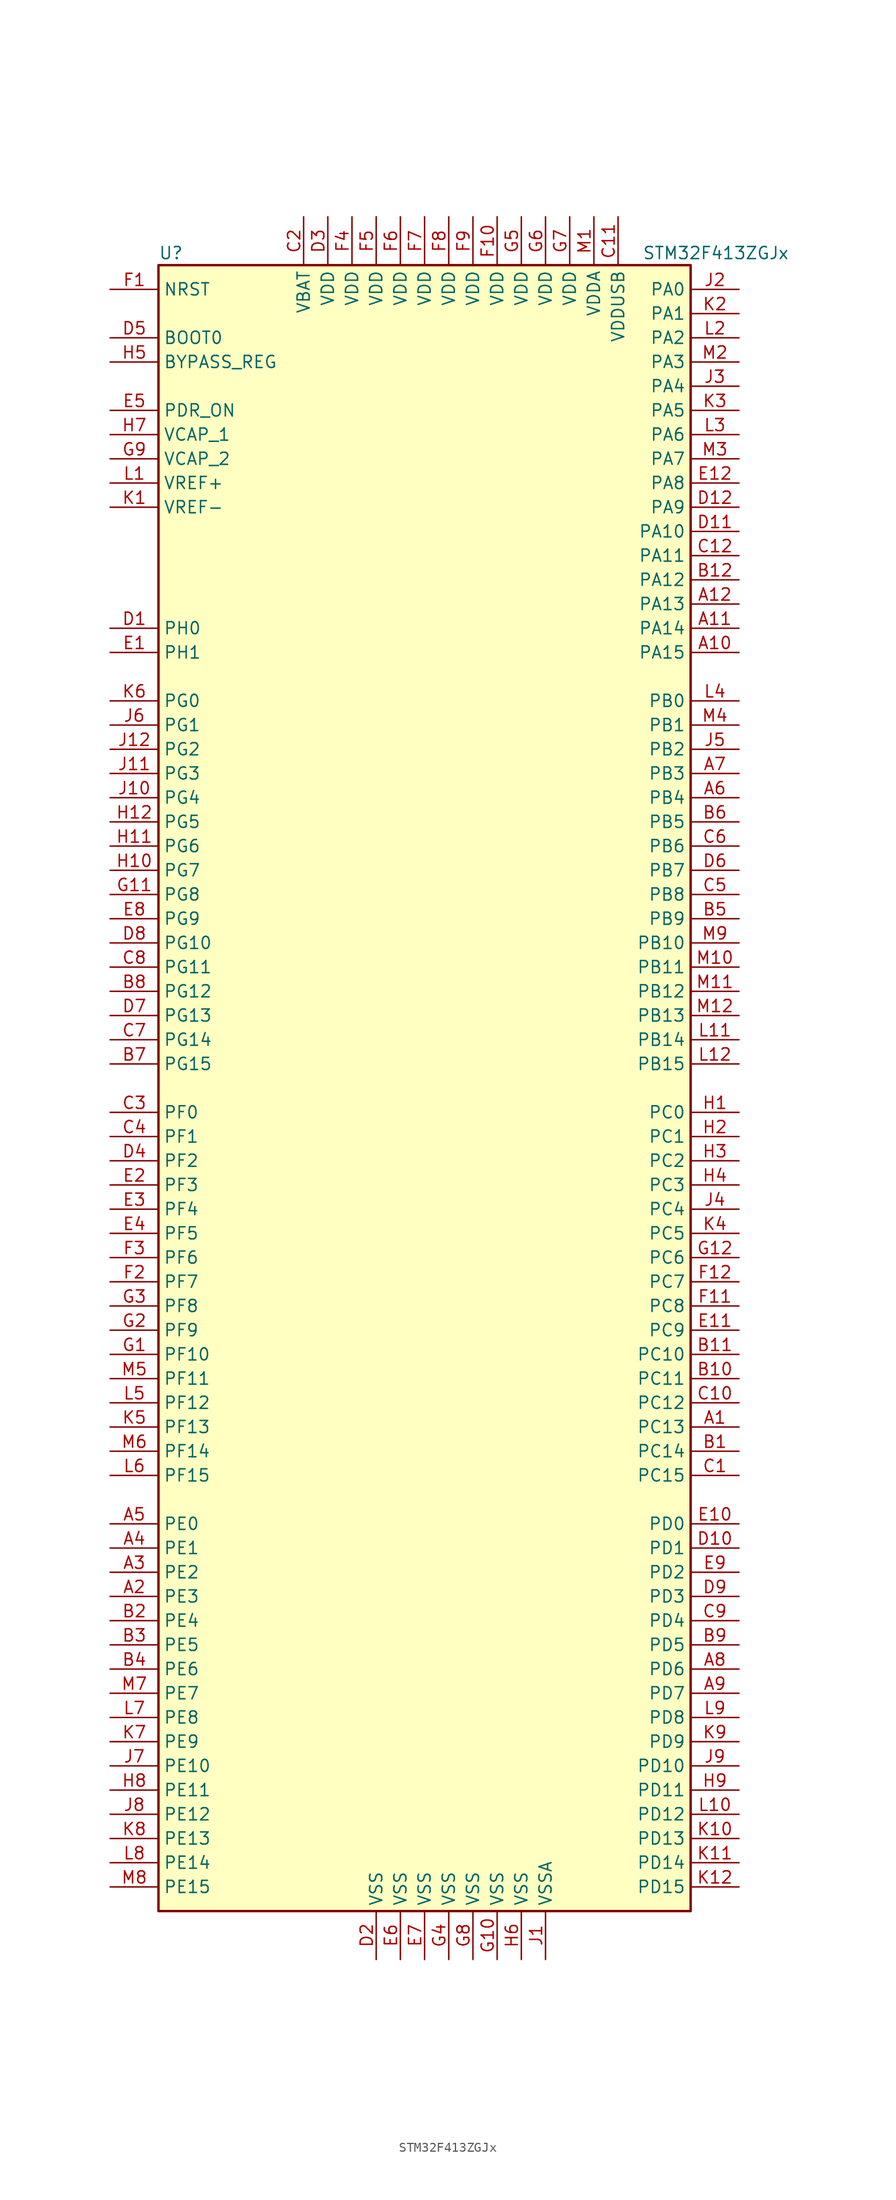
<source format=kicad_sym>
(kicad_symbol_lib
  (version 20201005)
  (generator kicad_symbol_editor)
  (symbol "MCU_ST_STM32F4:STM32F413ZGJx"
    (property "Reference" "U"
      (at -27.94 87.63 0)
      (effects (font (size 1.27 1.27)) (justify left)))
    (property "Value" "STM32F413ZGJx"
      (at 22.86 87.63 0)
      (effects (font (size 1.27 1.27)) (justify left)))
    (symbol "STM32F413ZGJx_0_1"
      (rectangle (start -27.94 -86.36) (end 27.94 86.36) (stroke (width 0.254)) (fill (type background))))
    (symbol "STM32F413ZGJx_1_1"
      (pin input line (at -33.02 78.74 0) (length 5.08) (name "BOOT0" (effects (font (size 1.27 1.27)))) (number "D5" (effects (font (size 1.27 1.27)))))
      (pin input line (at -33.02 76.2 0) (length 5.08) (name "BYPASS_REG" (effects (font (size 1.27 1.27)))) (number "H5" (effects (font (size 1.27 1.27)))))
      (pin input line (at -33.02 83.82 0) (length 5.08) (name "NRST" (effects (font (size 1.27 1.27)))) (number "F1" (effects (font (size 1.27 1.27)))))
      (pin bidirectional line (at 33.02 83.82 180) (length 5.08) (name "PA0" (effects (font (size 1.27 1.27)))) (number "J2" (effects (font (size 1.27 1.27)))))
      (pin bidirectional line (at 33.02 81.28 180) (length 5.08) (name "PA1" (effects (font (size 1.27 1.27)))) (number "K2" (effects (font (size 1.27 1.27)))))
      (pin bidirectional line (at 33.02 58.42 180) (length 5.08) (name "PA10" (effects (font (size 1.27 1.27)))) (number "D11" (effects (font (size 1.27 1.27)))))
      (pin bidirectional line (at 33.02 55.88 180) (length 5.08) (name "PA11" (effects (font (size 1.27 1.27)))) (number "C12" (effects (font (size 1.27 1.27)))))
      (pin bidirectional line (at 33.02 53.34 180) (length 5.08) (name "PA12" (effects (font (size 1.27 1.27)))) (number "B12" (effects (font (size 1.27 1.27)))))
      (pin bidirectional line (at 33.02 50.8 180) (length 5.08) (name "PA13" (effects (font (size 1.27 1.27)))) (number "A12" (effects (font (size 1.27 1.27)))))
      (pin bidirectional line (at 33.02 48.26 180) (length 5.08) (name "PA14" (effects (font (size 1.27 1.27)))) (number "A11" (effects (font (size 1.27 1.27)))))
      (pin bidirectional line (at 33.02 45.72 180) (length 5.08) (name "PA15" (effects (font (size 1.27 1.27)))) (number "A10" (effects (font (size 1.27 1.27)))))
      (pin bidirectional line (at 33.02 78.74 180) (length 5.08) (name "PA2" (effects (font (size 1.27 1.27)))) (number "L2" (effects (font (size 1.27 1.27)))))
      (pin bidirectional line (at 33.02 76.2 180) (length 5.08) (name "PA3" (effects (font (size 1.27 1.27)))) (number "M2" (effects (font (size 1.27 1.27)))))
      (pin bidirectional line (at 33.02 73.66 180) (length 5.08) (name "PA4" (effects (font (size 1.27 1.27)))) (number "J3" (effects (font (size 1.27 1.27)))))
      (pin bidirectional line (at 33.02 71.12 180) (length 5.08) (name "PA5" (effects (font (size 1.27 1.27)))) (number "K3" (effects (font (size 1.27 1.27)))))
      (pin bidirectional line (at 33.02 68.58 180) (length 5.08) (name "PA6" (effects (font (size 1.27 1.27)))) (number "L3" (effects (font (size 1.27 1.27)))))
      (pin bidirectional line (at 33.02 66.04 180) (length 5.08) (name "PA7" (effects (font (size 1.27 1.27)))) (number "M3" (effects (font (size 1.27 1.27)))))
      (pin bidirectional line (at 33.02 63.5 180) (length 5.08) (name "PA8" (effects (font (size 1.27 1.27)))) (number "E12" (effects (font (size 1.27 1.27)))))
      (pin bidirectional line (at 33.02 60.96 180) (length 5.08) (name "PA9" (effects (font (size 1.27 1.27)))) (number "D12" (effects (font (size 1.27 1.27)))))
      (pin bidirectional line (at 33.02 40.64 180) (length 5.08) (name "PB0" (effects (font (size 1.27 1.27)))) (number "L4" (effects (font (size 1.27 1.27)))))
      (pin bidirectional line (at 33.02 38.1 180) (length 5.08) (name "PB1" (effects (font (size 1.27 1.27)))) (number "M4" (effects (font (size 1.27 1.27)))))
      (pin bidirectional line (at 33.02 15.24 180) (length 5.08) (name "PB10" (effects (font (size 1.27 1.27)))) (number "M9" (effects (font (size 1.27 1.27)))))
      (pin bidirectional line (at 33.02 12.7 180) (length 5.08) (name "PB11" (effects (font (size 1.27 1.27)))) (number "M10" (effects (font (size 1.27 1.27)))))
      (pin bidirectional line (at 33.02 10.16 180) (length 5.08) (name "PB12" (effects (font (size 1.27 1.27)))) (number "M11" (effects (font (size 1.27 1.27)))))
      (pin bidirectional line (at 33.02 7.62 180) (length 5.08) (name "PB13" (effects (font (size 1.27 1.27)))) (number "M12" (effects (font (size 1.27 1.27)))))
      (pin bidirectional line (at 33.02 5.08 180) (length 5.08) (name "PB14" (effects (font (size 1.27 1.27)))) (number "L11" (effects (font (size 1.27 1.27)))))
      (pin bidirectional line (at 33.02 2.54 180) (length 5.08) (name "PB15" (effects (font (size 1.27 1.27)))) (number "L12" (effects (font (size 1.27 1.27)))))
      (pin bidirectional line (at 33.02 35.56 180) (length 5.08) (name "PB2" (effects (font (size 1.27 1.27)))) (number "J5" (effects (font (size 1.27 1.27)))))
      (pin bidirectional line (at 33.02 33.02 180) (length 5.08) (name "PB3" (effects (font (size 1.27 1.27)))) (number "A7" (effects (font (size 1.27 1.27)))))
      (pin bidirectional line (at 33.02 30.48 180) (length 5.08) (name "PB4" (effects (font (size 1.27 1.27)))) (number "A6" (effects (font (size 1.27 1.27)))))
      (pin bidirectional line (at 33.02 27.94 180) (length 5.08) (name "PB5" (effects (font (size 1.27 1.27)))) (number "B6" (effects (font (size 1.27 1.27)))))
      (pin bidirectional line (at 33.02 25.4 180) (length 5.08) (name "PB6" (effects (font (size 1.27 1.27)))) (number "C6" (effects (font (size 1.27 1.27)))))
      (pin bidirectional line (at 33.02 22.86 180) (length 5.08) (name "PB7" (effects (font (size 1.27 1.27)))) (number "D6" (effects (font (size 1.27 1.27)))))
      (pin bidirectional line (at 33.02 20.32 180) (length 5.08) (name "PB8" (effects (font (size 1.27 1.27)))) (number "C5" (effects (font (size 1.27 1.27)))))
      (pin bidirectional line (at 33.02 17.78 180) (length 5.08) (name "PB9" (effects (font (size 1.27 1.27)))) (number "B5" (effects (font (size 1.27 1.27)))))
      (pin bidirectional line (at 33.02 -2.54 180) (length 5.08) (name "PC0" (effects (font (size 1.27 1.27)))) (number "H1" (effects (font (size 1.27 1.27)))))
      (pin bidirectional line (at 33.02 -5.08 180) (length 5.08) (name "PC1" (effects (font (size 1.27 1.27)))) (number "H2" (effects (font (size 1.27 1.27)))))
      (pin bidirectional line (at 33.02 -27.94 180) (length 5.08) (name "PC10" (effects (font (size 1.27 1.27)))) (number "B11" (effects (font (size 1.27 1.27)))))
      (pin bidirectional line (at 33.02 -30.48 180) (length 5.08) (name "PC11" (effects (font (size 1.27 1.27)))) (number "B10" (effects (font (size 1.27 1.27)))))
      (pin bidirectional line (at 33.02 -33.02 180) (length 5.08) (name "PC12" (effects (font (size 1.27 1.27)))) (number "C10" (effects (font (size 1.27 1.27)))))
      (pin bidirectional line (at 33.02 -35.56 180) (length 5.08) (name "PC13" (effects (font (size 1.27 1.27)))) (number "A1" (effects (font (size 1.27 1.27)))))
      (pin bidirectional line (at 33.02 -38.1 180) (length 5.08) (name "PC14" (effects (font (size 1.27 1.27)))) (number "B1" (effects (font (size 1.27 1.27)))))
      (pin bidirectional line (at 33.02 -40.64 180) (length 5.08) (name "PC15" (effects (font (size 1.27 1.27)))) (number "C1" (effects (font (size 1.27 1.27)))))
      (pin bidirectional line (at 33.02 -7.62 180) (length 5.08) (name "PC2" (effects (font (size 1.27 1.27)))) (number "H3" (effects (font (size 1.27 1.27)))))
      (pin bidirectional line (at 33.02 -10.16 180) (length 5.08) (name "PC3" (effects (font (size 1.27 1.27)))) (number "H4" (effects (font (size 1.27 1.27)))))
      (pin bidirectional line (at 33.02 -12.7 180) (length 5.08) (name "PC4" (effects (font (size 1.27 1.27)))) (number "J4" (effects (font (size 1.27 1.27)))))
      (pin bidirectional line (at 33.02 -15.24 180) (length 5.08) (name "PC5" (effects (font (size 1.27 1.27)))) (number "K4" (effects (font (size 1.27 1.27)))))
      (pin bidirectional line (at 33.02 -17.78 180) (length 5.08) (name "PC6" (effects (font (size 1.27 1.27)))) (number "G12" (effects (font (size 1.27 1.27)))))
      (pin bidirectional line (at 33.02 -20.32 180) (length 5.08) (name "PC7" (effects (font (size 1.27 1.27)))) (number "F12" (effects (font (size 1.27 1.27)))))
      (pin bidirectional line (at 33.02 -22.86 180) (length 5.08) (name "PC8" (effects (font (size 1.27 1.27)))) (number "F11" (effects (font (size 1.27 1.27)))))
      (pin bidirectional line (at 33.02 -25.4 180) (length 5.08) (name "PC9" (effects (font (size 1.27 1.27)))) (number "E11" (effects (font (size 1.27 1.27)))))
      (pin bidirectional line (at 33.02 -45.72 180) (length 5.08) (name "PD0" (effects (font (size 1.27 1.27)))) (number "E10" (effects (font (size 1.27 1.27)))))
      (pin bidirectional line (at 33.02 -48.26 180) (length 5.08) (name "PD1" (effects (font (size 1.27 1.27)))) (number "D10" (effects (font (size 1.27 1.27)))))
      (pin bidirectional line (at 33.02 -71.12 180) (length 5.08) (name "PD10" (effects (font (size 1.27 1.27)))) (number "J9" (effects (font (size 1.27 1.27)))))
      (pin bidirectional line (at 33.02 -73.66 180) (length 5.08) (name "PD11" (effects (font (size 1.27 1.27)))) (number "H9" (effects (font (size 1.27 1.27)))))
      (pin bidirectional line (at 33.02 -76.2 180) (length 5.08) (name "PD12" (effects (font (size 1.27 1.27)))) (number "L10" (effects (font (size 1.27 1.27)))))
      (pin bidirectional line (at 33.02 -78.74 180) (length 5.08) (name "PD13" (effects (font (size 1.27 1.27)))) (number "K10" (effects (font (size 1.27 1.27)))))
      (pin bidirectional line (at 33.02 -81.28 180) (length 5.08) (name "PD14" (effects (font (size 1.27 1.27)))) (number "K11" (effects (font (size 1.27 1.27)))))
      (pin bidirectional line (at 33.02 -83.82 180) (length 5.08) (name "PD15" (effects (font (size 1.27 1.27)))) (number "K12" (effects (font (size 1.27 1.27)))))
      (pin bidirectional line (at 33.02 -50.8 180) (length 5.08) (name "PD2" (effects (font (size 1.27 1.27)))) (number "E9" (effects (font (size 1.27 1.27)))))
      (pin bidirectional line (at 33.02 -53.34 180) (length 5.08) (name "PD3" (effects (font (size 1.27 1.27)))) (number "D9" (effects (font (size 1.27 1.27)))))
      (pin bidirectional line (at 33.02 -55.88 180) (length 5.08) (name "PD4" (effects (font (size 1.27 1.27)))) (number "C9" (effects (font (size 1.27 1.27)))))
      (pin bidirectional line (at 33.02 -58.42 180) (length 5.08) (name "PD5" (effects (font (size 1.27 1.27)))) (number "B9" (effects (font (size 1.27 1.27)))))
      (pin bidirectional line (at 33.02 -60.96 180) (length 5.08) (name "PD6" (effects (font (size 1.27 1.27)))) (number "A8" (effects (font (size 1.27 1.27)))))
      (pin bidirectional line (at 33.02 -63.5 180) (length 5.08) (name "PD7" (effects (font (size 1.27 1.27)))) (number "A9" (effects (font (size 1.27 1.27)))))
      (pin bidirectional line (at 33.02 -66.04 180) (length 5.08) (name "PD8" (effects (font (size 1.27 1.27)))) (number "L9" (effects (font (size 1.27 1.27)))))
      (pin bidirectional line (at 33.02 -68.58 180) (length 5.08) (name "PD9" (effects (font (size 1.27 1.27)))) (number "K9" (effects (font (size 1.27 1.27)))))
      (pin power_in line (at -33.02 71.12 0) (length 5.08) (name "PDR_ON" (effects (font (size 1.27 1.27)))) (number "E5" (effects (font (size 1.27 1.27)))))
      (pin bidirectional line (at -33.02 -45.72 0) (length 5.08) (name "PE0" (effects (font (size 1.27 1.27)))) (number "A5" (effects (font (size 1.27 1.27)))))
      (pin bidirectional line (at -33.02 -48.26 0) (length 5.08) (name "PE1" (effects (font (size 1.27 1.27)))) (number "A4" (effects (font (size 1.27 1.27)))))
      (pin bidirectional line (at -33.02 -71.12 0) (length 5.08) (name "PE10" (effects (font (size 1.27 1.27)))) (number "J7" (effects (font (size 1.27 1.27)))))
      (pin bidirectional line (at -33.02 -73.66 0) (length 5.08) (name "PE11" (effects (font (size 1.27 1.27)))) (number "H8" (effects (font (size 1.27 1.27)))))
      (pin bidirectional line (at -33.02 -76.2 0) (length 5.08) (name "PE12" (effects (font (size 1.27 1.27)))) (number "J8" (effects (font (size 1.27 1.27)))))
      (pin bidirectional line (at -33.02 -78.74 0) (length 5.08) (name "PE13" (effects (font (size 1.27 1.27)))) (number "K8" (effects (font (size 1.27 1.27)))))
      (pin bidirectional line (at -33.02 -81.28 0) (length 5.08) (name "PE14" (effects (font (size 1.27 1.27)))) (number "L8" (effects (font (size 1.27 1.27)))))
      (pin bidirectional line (at -33.02 -83.82 0) (length 5.08) (name "PE15" (effects (font (size 1.27 1.27)))) (number "M8" (effects (font (size 1.27 1.27)))))
      (pin bidirectional line (at -33.02 -50.8 0) (length 5.08) (name "PE2" (effects (font (size 1.27 1.27)))) (number "A3" (effects (font (size 1.27 1.27)))))
      (pin bidirectional line (at -33.02 -53.34 0) (length 5.08) (name "PE3" (effects (font (size 1.27 1.27)))) (number "A2" (effects (font (size 1.27 1.27)))))
      (pin bidirectional line (at -33.02 -55.88 0) (length 5.08) (name "PE4" (effects (font (size 1.27 1.27)))) (number "B2" (effects (font (size 1.27 1.27)))))
      (pin bidirectional line (at -33.02 -58.42 0) (length 5.08) (name "PE5" (effects (font (size 1.27 1.27)))) (number "B3" (effects (font (size 1.27 1.27)))))
      (pin bidirectional line (at -33.02 -60.96 0) (length 5.08) (name "PE6" (effects (font (size 1.27 1.27)))) (number "B4" (effects (font (size 1.27 1.27)))))
      (pin bidirectional line (at -33.02 -63.5 0) (length 5.08) (name "PE7" (effects (font (size 1.27 1.27)))) (number "M7" (effects (font (size 1.27 1.27)))))
      (pin bidirectional line (at -33.02 -66.04 0) (length 5.08) (name "PE8" (effects (font (size 1.27 1.27)))) (number "L7" (effects (font (size 1.27 1.27)))))
      (pin bidirectional line (at -33.02 -68.58 0) (length 5.08) (name "PE9" (effects (font (size 1.27 1.27)))) (number "K7" (effects (font (size 1.27 1.27)))))
      (pin bidirectional line (at -33.02 -2.54 0) (length 5.08) (name "PF0" (effects (font (size 1.27 1.27)))) (number "C3" (effects (font (size 1.27 1.27)))))
      (pin bidirectional line (at -33.02 -5.08 0) (length 5.08) (name "PF1" (effects (font (size 1.27 1.27)))) (number "C4" (effects (font (size 1.27 1.27)))))
      (pin bidirectional line (at -33.02 -27.94 0) (length 5.08) (name "PF10" (effects (font (size 1.27 1.27)))) (number "G1" (effects (font (size 1.27 1.27)))))
      (pin bidirectional line (at -33.02 -30.48 0) (length 5.08) (name "PF11" (effects (font (size 1.27 1.27)))) (number "M5" (effects (font (size 1.27 1.27)))))
      (pin bidirectional line (at -33.02 -33.02 0) (length 5.08) (name "PF12" (effects (font (size 1.27 1.27)))) (number "L5" (effects (font (size 1.27 1.27)))))
      (pin bidirectional line (at -33.02 -35.56 0) (length 5.08) (name "PF13" (effects (font (size 1.27 1.27)))) (number "K5" (effects (font (size 1.27 1.27)))))
      (pin bidirectional line (at -33.02 -38.1 0) (length 5.08) (name "PF14" (effects (font (size 1.27 1.27)))) (number "M6" (effects (font (size 1.27 1.27)))))
      (pin bidirectional line (at -33.02 -40.64 0) (length 5.08) (name "PF15" (effects (font (size 1.27 1.27)))) (number "L6" (effects (font (size 1.27 1.27)))))
      (pin bidirectional line (at -33.02 -7.62 0) (length 5.08) (name "PF2" (effects (font (size 1.27 1.27)))) (number "D4" (effects (font (size 1.27 1.27)))))
      (pin bidirectional line (at -33.02 -10.16 0) (length 5.08) (name "PF3" (effects (font (size 1.27 1.27)))) (number "E2" (effects (font (size 1.27 1.27)))))
      (pin bidirectional line (at -33.02 -12.7 0) (length 5.08) (name "PF4" (effects (font (size 1.27 1.27)))) (number "E3" (effects (font (size 1.27 1.27)))))
      (pin bidirectional line (at -33.02 -15.24 0) (length 5.08) (name "PF5" (effects (font (size 1.27 1.27)))) (number "E4" (effects (font (size 1.27 1.27)))))
      (pin bidirectional line (at -33.02 -17.78 0) (length 5.08) (name "PF6" (effects (font (size 1.27 1.27)))) (number "F3" (effects (font (size 1.27 1.27)))))
      (pin bidirectional line (at -33.02 -20.32 0) (length 5.08) (name "PF7" (effects (font (size 1.27 1.27)))) (number "F2" (effects (font (size 1.27 1.27)))))
      (pin bidirectional line (at -33.02 -22.86 0) (length 5.08) (name "PF8" (effects (font (size 1.27 1.27)))) (number "G3" (effects (font (size 1.27 1.27)))))
      (pin bidirectional line (at -33.02 -25.4 0) (length 5.08) (name "PF9" (effects (font (size 1.27 1.27)))) (number "G2" (effects (font (size 1.27 1.27)))))
      (pin bidirectional line (at -33.02 40.64 0) (length 5.08) (name "PG0" (effects (font (size 1.27 1.27)))) (number "K6" (effects (font (size 1.27 1.27)))))
      (pin bidirectional line (at -33.02 38.1 0) (length 5.08) (name "PG1" (effects (font (size 1.27 1.27)))) (number "J6" (effects (font (size 1.27 1.27)))))
      (pin bidirectional line (at -33.02 15.24 0) (length 5.08) (name "PG10" (effects (font (size 1.27 1.27)))) (number "D8" (effects (font (size 1.27 1.27)))))
      (pin bidirectional line (at -33.02 12.7 0) (length 5.08) (name "PG11" (effects (font (size 1.27 1.27)))) (number "C8" (effects (font (size 1.27 1.27)))))
      (pin bidirectional line (at -33.02 10.16 0) (length 5.08) (name "PG12" (effects (font (size 1.27 1.27)))) (number "B8" (effects (font (size 1.27 1.27)))))
      (pin bidirectional line (at -33.02 7.62 0) (length 5.08) (name "PG13" (effects (font (size 1.27 1.27)))) (number "D7" (effects (font (size 1.27 1.27)))))
      (pin bidirectional line (at -33.02 5.08 0) (length 5.08) (name "PG14" (effects (font (size 1.27 1.27)))) (number "C7" (effects (font (size 1.27 1.27)))))
      (pin bidirectional line (at -33.02 2.54 0) (length 5.08) (name "PG15" (effects (font (size 1.27 1.27)))) (number "B7" (effects (font (size 1.27 1.27)))))
      (pin bidirectional line (at -33.02 35.56 0) (length 5.08) (name "PG2" (effects (font (size 1.27 1.27)))) (number "J12" (effects (font (size 1.27 1.27)))))
      (pin bidirectional line (at -33.02 33.02 0) (length 5.08) (name "PG3" (effects (font (size 1.27 1.27)))) (number "J11" (effects (font (size 1.27 1.27)))))
      (pin bidirectional line (at -33.02 30.48 0) (length 5.08) (name "PG4" (effects (font (size 1.27 1.27)))) (number "J10" (effects (font (size 1.27 1.27)))))
      (pin bidirectional line (at -33.02 27.94 0) (length 5.08) (name "PG5" (effects (font (size 1.27 1.27)))) (number "H12" (effects (font (size 1.27 1.27)))))
      (pin bidirectional line (at -33.02 25.4 0) (length 5.08) (name "PG6" (effects (font (size 1.27 1.27)))) (number "H11" (effects (font (size 1.27 1.27)))))
      (pin bidirectional line (at -33.02 22.86 0) (length 5.08) (name "PG7" (effects (font (size 1.27 1.27)))) (number "H10" (effects (font (size 1.27 1.27)))))
      (pin bidirectional line (at -33.02 20.32 0) (length 5.08) (name "PG8" (effects (font (size 1.27 1.27)))) (number "G11" (effects (font (size 1.27 1.27)))))
      (pin bidirectional line (at -33.02 17.78 0) (length 5.08) (name "PG9" (effects (font (size 1.27 1.27)))) (number "E8" (effects (font (size 1.27 1.27)))))
      (pin input line (at -33.02 48.26 0) (length 5.08) (name "PH0" (effects (font (size 1.27 1.27)))) (number "D1" (effects (font (size 1.27 1.27)))))
      (pin input line (at -33.02 45.72 0) (length 5.08) (name "PH1" (effects (font (size 1.27 1.27)))) (number "E1" (effects (font (size 1.27 1.27)))))
      (pin power_in line (at -12.7 91.44 270) (length 5.08) (name "VBAT" (effects (font (size 1.27 1.27)))) (number "C2" (effects (font (size 1.27 1.27)))))
      (pin power_in line (at -33.02 68.58 0) (length 5.08) (name "VCAP_1" (effects (font (size 1.27 1.27)))) (number "H7" (effects (font (size 1.27 1.27)))))
      (pin power_in line (at -33.02 66.04 0) (length 5.08) (name "VCAP_2" (effects (font (size 1.27 1.27)))) (number "G9" (effects (font (size 1.27 1.27)))))
      (pin power_in line (at -10.16 91.44 270) (length 5.08) (name "VDD" (effects (font (size 1.27 1.27)))) (number "D3" (effects (font (size 1.27 1.27)))))
      (pin power_in line (at 7.62 91.44 270) (length 5.08) (name "VDD" (effects (font (size 1.27 1.27)))) (number "F10" (effects (font (size 1.27 1.27)))))
      (pin power_in line (at -7.62 91.44 270) (length 5.08) (name "VDD" (effects (font (size 1.27 1.27)))) (number "F4" (effects (font (size 1.27 1.27)))))
      (pin power_in line (at -5.08 91.44 270) (length 5.08) (name "VDD" (effects (font (size 1.27 1.27)))) (number "F5" (effects (font (size 1.27 1.27)))))
      (pin power_in line (at -2.54 91.44 270) (length 5.08) (name "VDD" (effects (font (size 1.27 1.27)))) (number "F6" (effects (font (size 1.27 1.27)))))
      (pin power_in line (at 0 91.44 270) (length 5.08) (name "VDD" (effects (font (size 1.27 1.27)))) (number "F7" (effects (font (size 1.27 1.27)))))
      (pin power_in line (at 2.54 91.44 270) (length 5.08) (name "VDD" (effects (font (size 1.27 1.27)))) (number "F8" (effects (font (size 1.27 1.27)))))
      (pin power_in line (at 5.08 91.44 270) (length 5.08) (name "VDD" (effects (font (size 1.27 1.27)))) (number "F9" (effects (font (size 1.27 1.27)))))
      (pin power_in line (at 10.16 91.44 270) (length 5.08) (name "VDD" (effects (font (size 1.27 1.27)))) (number "G5" (effects (font (size 1.27 1.27)))))
      (pin power_in line (at 12.7 91.44 270) (length 5.08) (name "VDD" (effects (font (size 1.27 1.27)))) (number "G6" (effects (font (size 1.27 1.27)))))
      (pin power_in line (at 15.24 91.44 270) (length 5.08) (name "VDD" (effects (font (size 1.27 1.27)))) (number "G7" (effects (font (size 1.27 1.27)))))
      (pin power_in line (at 17.78 91.44 270) (length 5.08) (name "VDDA" (effects (font (size 1.27 1.27)))) (number "M1" (effects (font (size 1.27 1.27)))))
      (pin power_in line (at 20.32 91.44 270) (length 5.08) (name "VDDUSB" (effects (font (size 1.27 1.27)))) (number "C11" (effects (font (size 1.27 1.27)))))
      (pin power_in line (at -33.02 63.5 0) (length 5.08) (name "VREF+" (effects (font (size 1.27 1.27)))) (number "L1" (effects (font (size 1.27 1.27)))))
      (pin power_in line (at -33.02 60.96 0) (length 5.08) (name "VREF-" (effects (font (size 1.27 1.27)))) (number "K1" (effects (font (size 1.27 1.27)))))
      (pin power_in line (at -5.08 -91.44 90) (length 5.08) (name "VSS" (effects (font (size 1.27 1.27)))) (number "D2" (effects (font (size 1.27 1.27)))))
      (pin power_in line (at -2.54 -91.44 90) (length 5.08) (name "VSS" (effects (font (size 1.27 1.27)))) (number "E6" (effects (font (size 1.27 1.27)))))
      (pin power_in line (at 0 -91.44 90) (length 5.08) (name "VSS" (effects (font (size 1.27 1.27)))) (number "E7" (effects (font (size 1.27 1.27)))))
      (pin power_in line (at 7.62 -91.44 90) (length 5.08) (name "VSS" (effects (font (size 1.27 1.27)))) (number "G10" (effects (font (size 1.27 1.27)))))
      (pin power_in line (at 2.54 -91.44 90) (length 5.08) (name "VSS" (effects (font (size 1.27 1.27)))) (number "G4" (effects (font (size 1.27 1.27)))))
      (pin power_in line (at 5.08 -91.44 90) (length 5.08) (name "VSS" (effects (font (size 1.27 1.27)))) (number "G8" (effects (font (size 1.27 1.27)))))
      (pin power_in line (at 10.16 -91.44 90) (length 5.08) (name "VSS" (effects (font (size 1.27 1.27)))) (number "H6" (effects (font (size 1.27 1.27)))))
      (pin power_in line (at 12.7 -91.44 90) (length 5.08) (name "VSSA" (effects (font (size 1.27 1.27)))) (number "J1" (effects (font (size 1.27 1.27))))))))
</source>
